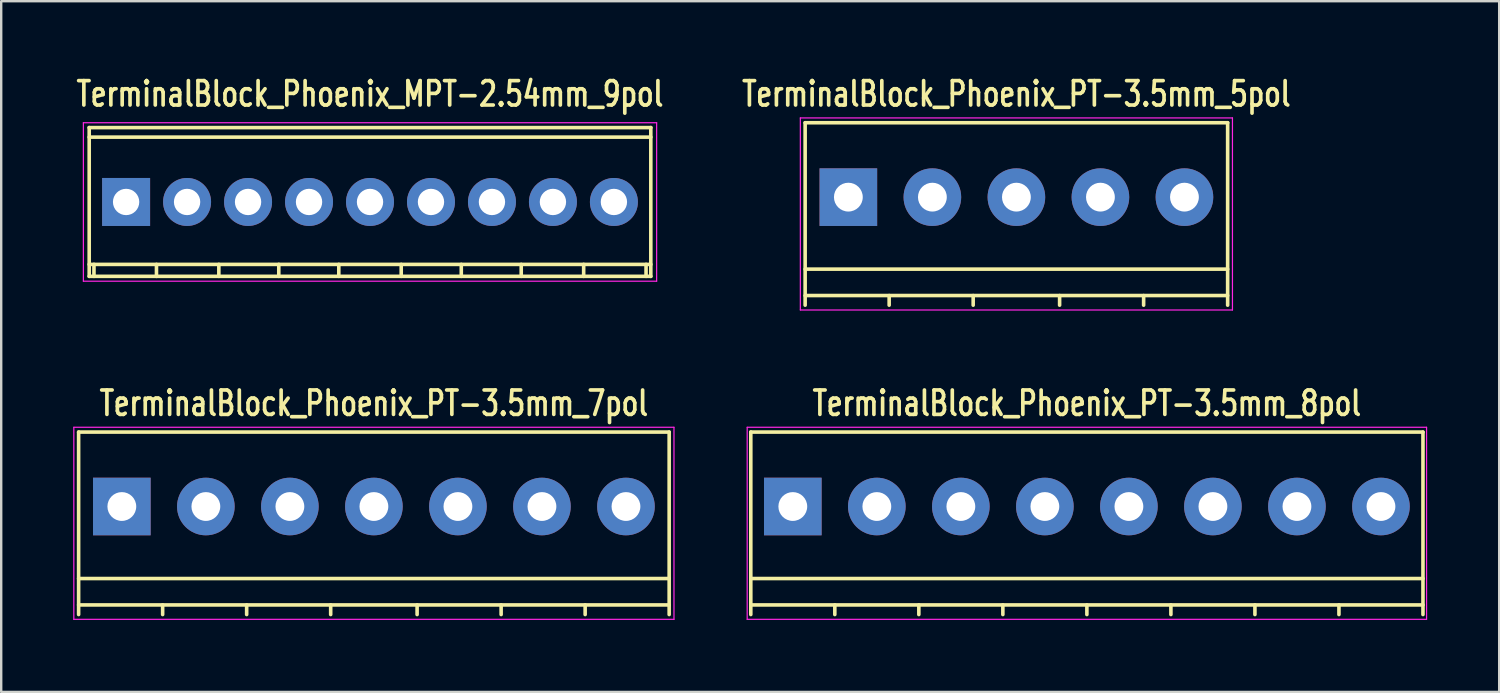
<source format=kicad_pcb>
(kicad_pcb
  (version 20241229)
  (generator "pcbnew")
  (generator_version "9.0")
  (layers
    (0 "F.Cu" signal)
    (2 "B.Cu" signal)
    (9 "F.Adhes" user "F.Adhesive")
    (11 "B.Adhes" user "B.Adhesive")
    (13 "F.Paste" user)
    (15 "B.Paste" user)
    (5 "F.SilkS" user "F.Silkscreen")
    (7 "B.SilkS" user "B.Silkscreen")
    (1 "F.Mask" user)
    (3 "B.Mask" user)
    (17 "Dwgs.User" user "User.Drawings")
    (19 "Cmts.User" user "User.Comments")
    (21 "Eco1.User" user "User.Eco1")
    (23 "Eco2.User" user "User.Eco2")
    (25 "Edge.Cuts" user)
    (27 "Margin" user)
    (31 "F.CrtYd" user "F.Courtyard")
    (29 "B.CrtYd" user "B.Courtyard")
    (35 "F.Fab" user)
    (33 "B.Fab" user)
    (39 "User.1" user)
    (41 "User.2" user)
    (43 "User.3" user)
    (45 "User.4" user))
  (footprint "TerminalBlock_Phoenix_MPT-2.54mm_9pol"
    (layer "F.Cu")
    (at 2.203 5.363)
    (property "Reference" "TerminalBlock_Phoenix_MPT-2.54mm_9pol" (at 10.16 -4.501 0) (layer "F.SilkS") (effects (font (size 1.016 0.762) (thickness 0.152))))
    (attr through_hole)
    (fp_line (start -1.539 -2.7) (end 21.859 -2.7) (stroke (width 0.15) (type solid)) (layer "F.SilkS"))
    (fp_line (start -1.539 3.099) (end 21.859 3.099) (stroke (width 0.15) (type solid)) (layer "F.SilkS"))
    (fp_line (start -1.537 -3.099) (end -1.537 3.099) (stroke (width 0.15) (type solid)) (layer "F.SilkS"))
    (fp_line (start -1.339 3.099) (end -1.339 2.601) (stroke (width 0.15) (type solid)) (layer "F.SilkS"))
    (fp_line (start 1.265 3.099) (end 1.265 2.601) (stroke (width 0.15) (type solid)) (layer "F.SilkS"))
    (fp_line (start 3.863 2.601) (end 3.863 3.099) (stroke (width 0.15) (type solid)) (layer "F.SilkS"))
    (fp_line (start 6.36 2.601) (end 6.36 3.099) (stroke (width 0.15) (type solid)) (layer "F.SilkS"))
    (fp_line (start 8.86 2.601) (end 8.86 3.099) (stroke (width 0.15) (type solid)) (layer "F.SilkS"))
    (fp_line (start 11.46 2.601) (end 11.46 3.099) (stroke (width 0.15) (type solid)) (layer "F.SilkS"))
    (fp_line (start 13.962 2.601) (end 13.962 3.099) (stroke (width 0.15) (type solid)) (layer "F.SilkS"))
    (fp_line (start 16.459 2.601) (end 16.459 3.099) (stroke (width 0.15) (type solid)) (layer "F.SilkS"))
    (fp_line (start 19.06 2.601) (end 19.06 3.099) (stroke (width 0.15) (type solid)) (layer "F.SilkS"))
    (fp_line (start 21.659 2.601) (end 21.659 3.099) (stroke (width 0.15) (type solid)) (layer "F.SilkS"))
    (fp_line (start 21.857 3.099) (end 21.857 -3.099) (stroke (width 0.15) (type solid)) (layer "F.SilkS"))
    (fp_line (start 21.859 -3.099) (end -1.539 -3.099) (stroke (width 0.15) (type solid)) (layer "F.SilkS"))
    (fp_line (start 21.859 2.601) (end -1.539 2.601) (stroke (width 0.15) (type solid)) (layer "F.SilkS"))
    (fp_line (start -1.78 -3.3) (end 22.1 -3.3) (stroke (width 0.05) (type solid)) (layer "F.CrtYd"))
    (fp_line (start -1.78 3.3) (end -1.78 -3.3) (stroke (width 0.05) (type solid)) (layer "F.CrtYd"))
    (fp_line (start 22.1 -3.3) (end 22.1 3.3) (stroke (width 0.05) (type solid)) (layer "F.CrtYd"))
    (fp_line (start 22.1 3.3) (end -1.78 3.3) (stroke (width 0.05) (type solid)) (layer "F.CrtYd"))
    (pad "1" thru_hole rect (at 0 0 180) (size 1.999 1.999) (drill 1.097) (layers "*.Cu" "*.Mask"))
    (pad "2" thru_hole oval (at 2.54 0 180) (size 1.999 1.999) (drill 1.097) (layers "*.Cu" "*.Mask"))
    (pad "3" thru_hole oval (at 5.08 0 180) (size 1.999 1.999) (drill 1.097) (layers "*.Cu" "*.Mask"))
    (pad "4" thru_hole oval (at 7.62 0 180) (size 1.999 1.999) (drill 1.097) (layers "*.Cu" "*.Mask"))
    (pad "5" thru_hole oval (at 10.16 0 180) (size 1.999 1.999) (drill 1.097) (layers "*.Cu" "*.Mask"))
    (pad "6" thru_hole oval (at 12.7 0 180) (size 1.999 1.999) (drill 1.097) (layers "*.Cu" "*.Mask"))
    (pad "7" thru_hole oval (at 15.24 0 180) (size 1.999 1.999) (drill 1.097) (layers "*.Cu" "*.Mask"))
    (pad "8" thru_hole oval (at 17.78 0 180) (size 1.999 1.999) (drill 1.097) (layers "*.Cu" "*.Mask"))
    (pad "9" thru_hole oval (at 20.32 0 180) (size 1.999 1.999) (drill 1.097) (layers "*.Cu" "*.Mask")))
  (footprint "TerminalBlock_Phoenix_PT-3.5mm_8pol"
    (layer "F.Cu")
    (at 29.975 18.049)
    (property "Reference" "TerminalBlock_Phoenix_PT-3.5mm_8pol" (at 12.25 -4.3 0) (layer "F.SilkS") (effects (font (size 1.016 0.762) (thickness 0.152))))
    (attr through_hole)
    (fp_line (start -1.75 -3.1) (end -1.75 4.5) (stroke (width 0.15) (type solid)) (layer "F.SilkS"))
    (fp_line (start -1.75 3) (end 26.25 3) (stroke (width 0.15) (type solid)) (layer "F.SilkS"))
    (fp_line (start -1.75 4.1) (end 26.25 4.1) (stroke (width 0.15) (type solid)) (layer "F.SilkS"))
    (fp_line (start 1.75 4.1) (end 1.75 4.5) (stroke (width 0.15) (type solid)) (layer "F.SilkS"))
    (fp_line (start 5.25 4.1) (end 5.25 4.5) (stroke (width 0.15) (type solid)) (layer "F.SilkS"))
    (fp_line (start 8.75 4.1) (end 8.75 4.5) (stroke (width 0.15) (type solid)) (layer "F.SilkS"))
    (fp_line (start 12.25 4.1) (end 12.25 4.5) (stroke (width 0.15) (type solid)) (layer "F.SilkS"))
    (fp_line (start 15.75 4.1) (end 15.75 4.5) (stroke (width 0.15) (type solid)) (layer "F.SilkS"))
    (fp_line (start 19.25 4.1) (end 19.25 4.5) (stroke (width 0.15) (type solid)) (layer "F.SilkS"))
    (fp_line (start 22.75 4.1) (end 22.75 4.5) (stroke (width 0.15) (type solid)) (layer "F.SilkS"))
    (fp_line (start 26.25 -3.1) (end -1.75 -3.1) (stroke (width 0.15) (type solid)) (layer "F.SilkS"))
    (fp_line (start 26.25 4.5) (end 26.25 -3.1) (stroke (width 0.15) (type solid)) (layer "F.SilkS"))
    (fp_line (start -1.9 -3.3) (end 26.4 -3.3) (stroke (width 0.05) (type solid)) (layer "F.CrtYd"))
    (fp_line (start -1.9 4.7) (end -1.9 -3.3) (stroke (width 0.05) (type solid)) (layer "F.CrtYd"))
    (fp_line (start 26.4 -3.3) (end 26.4 4.7) (stroke (width 0.05) (type solid)) (layer "F.CrtYd"))
    (fp_line (start 26.4 4.7) (end -1.9 4.7) (stroke (width 0.05) (type solid)) (layer "F.CrtYd"))
    (pad "1" thru_hole rect (at 0 0) (size 2.4 2.4) (drill 1.2) (layers "*.Cu" "*.Mask"))
    (pad "2" thru_hole circle (at 3.5 0) (size 2.4 2.4) (drill 1.2) (layers "*.Cu" "*.Mask"))
    (pad "3" thru_hole circle (at 7 0) (size 2.4 2.4) (drill 1.2) (layers "*.Cu" "*.Mask"))
    (pad "4" thru_hole circle (at 10.5 0) (size 2.4 2.4) (drill 1.2) (layers "*.Cu" "*.Mask"))
    (pad "5" thru_hole circle (at 14 0) (size 2.4 2.4) (drill 1.2) (layers "*.Cu" "*.Mask"))
    (pad "6" thru_hole circle (at 17.5 0) (size 2.4 2.4) (drill 1.2) (layers "*.Cu" "*.Mask"))
    (pad "7" thru_hole circle (at 21 0) (size 2.4 2.4) (drill 1.2) (layers "*.Cu" "*.Mask"))
    (pad "8" thru_hole circle (at 24.5 0) (size 2.4 2.4) (drill 1.2) (layers "*.Cu" "*.Mask")))
  (footprint "TerminalBlock_Phoenix_PT-3.5mm_7pol"
    (layer "F.Cu")
    (at 2.025 18.049)
    (property "Reference" "TerminalBlock_Phoenix_PT-3.5mm_7pol" (at 10.5 -4.3 0) (layer "F.SilkS") (effects (font (size 1.016 0.762) (thickness 0.152))))
    (attr through_hole)
    (fp_line (start -1.8 -3.1) (end -1.8 4.5) (stroke (width 0.15) (type solid)) (layer "F.SilkS"))
    (fp_line (start -1.8 3) (end 22.8 3) (stroke (width 0.15) (type solid)) (layer "F.SilkS"))
    (fp_line (start -1.8 4.1) (end 22.8 4.1) (stroke (width 0.15) (type solid)) (layer "F.SilkS"))
    (fp_line (start 1.7 4.1) (end 1.7 4.5) (stroke (width 0.15) (type solid)) (layer "F.SilkS"))
    (fp_line (start 5.2 4.1) (end 5.2 4.5) (stroke (width 0.15) (type solid)) (layer "F.SilkS"))
    (fp_line (start 8.7 4.1) (end 8.7 4.5) (stroke (width 0.15) (type solid)) (layer "F.SilkS"))
    (fp_line (start 12.3 4.1) (end 12.3 4.5) (stroke (width 0.15) (type solid)) (layer "F.SilkS"))
    (fp_line (start 15.8 4.1) (end 15.8 4.5) (stroke (width 0.15) (type solid)) (layer "F.SilkS"))
    (fp_line (start 19.3 4.1) (end 19.3 4.5) (stroke (width 0.15) (type solid)) (layer "F.SilkS"))
    (fp_line (start 22.8 -3.1) (end -1.8 -3.1) (stroke (width 0.15) (type solid)) (layer "F.SilkS"))
    (fp_line (start 22.8 4.5) (end 22.8 -3.1) (stroke (width 0.15) (type solid)) (layer "F.SilkS"))
    (fp_line (start -2 -3.3) (end 23 -3.3) (stroke (width 0.05) (type solid)) (layer "F.CrtYd"))
    (fp_line (start -2 4.7) (end -2 -3.3) (stroke (width 0.05) (type solid)) (layer "F.CrtYd"))
    (fp_line (start 23 -3.3) (end 23 4.7) (stroke (width 0.05) (type solid)) (layer "F.CrtYd"))
    (fp_line (start 23 4.7) (end -2 4.7) (stroke (width 0.05) (type solid)) (layer "F.CrtYd"))
    (pad "1" thru_hole rect (at 0 0) (size 2.4 2.4) (drill 1.2) (layers "*.Cu" "*.Mask"))
    (pad "2" thru_hole circle (at 3.5 0) (size 2.4 2.4) (drill 1.2) (layers "*.Cu" "*.Mask"))
    (pad "3" thru_hole circle (at 7 0) (size 2.4 2.4) (drill 1.2) (layers "*.Cu" "*.Mask"))
    (pad "4" thru_hole circle (at 10.5 0) (size 2.4 2.4) (drill 1.2) (layers "*.Cu" "*.Mask"))
    (pad "5" thru_hole circle (at 14 0) (size 2.4 2.4) (drill 1.2) (layers "*.Cu" "*.Mask"))
    (pad "6" thru_hole circle (at 17.5 0) (size 2.4 2.4) (drill 1.2) (layers "*.Cu" "*.Mask"))
    (pad "7" thru_hole circle (at 21 0) (size 2.4 2.4) (drill 1.2) (layers "*.Cu" "*.Mask")))
  (footprint "TerminalBlock_Phoenix_PT-3.5mm_5pol"
    (layer "F.Cu")
    (at 32.289 5.162)
    (property "Reference" "TerminalBlock_Phoenix_PT-3.5mm_5pol" (at 7 -4.3 0) (layer "F.SilkS") (effects (font (size 1.016 0.762) (thickness 0.152))))
    (attr through_hole)
    (fp_line (start -1.8 -3.1) (end -1.8 4.5) (stroke (width 0.15) (type solid)) (layer "F.SilkS"))
    (fp_line (start -1.8 3) (end 15.8 3) (stroke (width 0.15) (type solid)) (layer "F.SilkS"))
    (fp_line (start -1.8 4.1) (end 15.8 4.1) (stroke (width 0.15) (type solid)) (layer "F.SilkS"))
    (fp_line (start 1.7 4.1) (end 1.7 4.5) (stroke (width 0.15) (type solid)) (layer "F.SilkS"))
    (fp_line (start 5.2 4.1) (end 5.2 4.5) (stroke (width 0.15) (type solid)) (layer "F.SilkS"))
    (fp_line (start 8.8 4.1) (end 8.8 4.5) (stroke (width 0.15) (type solid)) (layer "F.SilkS"))
    (fp_line (start 12.3 4.1) (end 12.3 4.5) (stroke (width 0.15) (type solid)) (layer "F.SilkS"))
    (fp_line (start 15.8 -3.1) (end -1.8 -3.1) (stroke (width 0.15) (type solid)) (layer "F.SilkS"))
    (fp_line (start 15.8 4.5) (end 15.8 -3.1) (stroke (width 0.15) (type solid)) (layer "F.SilkS"))
    (fp_line (start -2 -3.3) (end 16 -3.3) (stroke (width 0.05) (type solid)) (layer "F.CrtYd"))
    (fp_line (start -2 4.7) (end -2 -3.3) (stroke (width 0.05) (type solid)) (layer "F.CrtYd"))
    (fp_line (start 16 -3.3) (end 16 4.7) (stroke (width 0.05) (type solid)) (layer "F.CrtYd"))
    (fp_line (start 16 4.7) (end -2 4.7) (stroke (width 0.05) (type solid)) (layer "F.CrtYd"))
    (pad "1" thru_hole rect (at 0 0) (size 2.4 2.4) (drill 1.2) (layers "*.Cu" "*.Mask"))
    (pad "2" thru_hole circle (at 3.5 0) (size 2.4 2.4) (drill 1.2) (layers "*.Cu" "*.Mask"))
    (pad "3" thru_hole circle (at 7 0) (size 2.4 2.4) (drill 1.2) (layers "*.Cu" "*.Mask"))
    (pad "4" thru_hole circle (at 10.5 0) (size 2.4 2.4) (drill 1.2) (layers "*.Cu" "*.Mask"))
    (pad "5" thru_hole circle (at 14 0) (size 2.4 2.4) (drill 1.2) (layers "*.Cu" "*.Mask")))
  (gr_rect
    (start -3 -3)
    (end 59.4 25.774)
    (stroke (width 0.1) (type default))
    (fill no)
    (layer "Edge.Cuts")))
</source>
